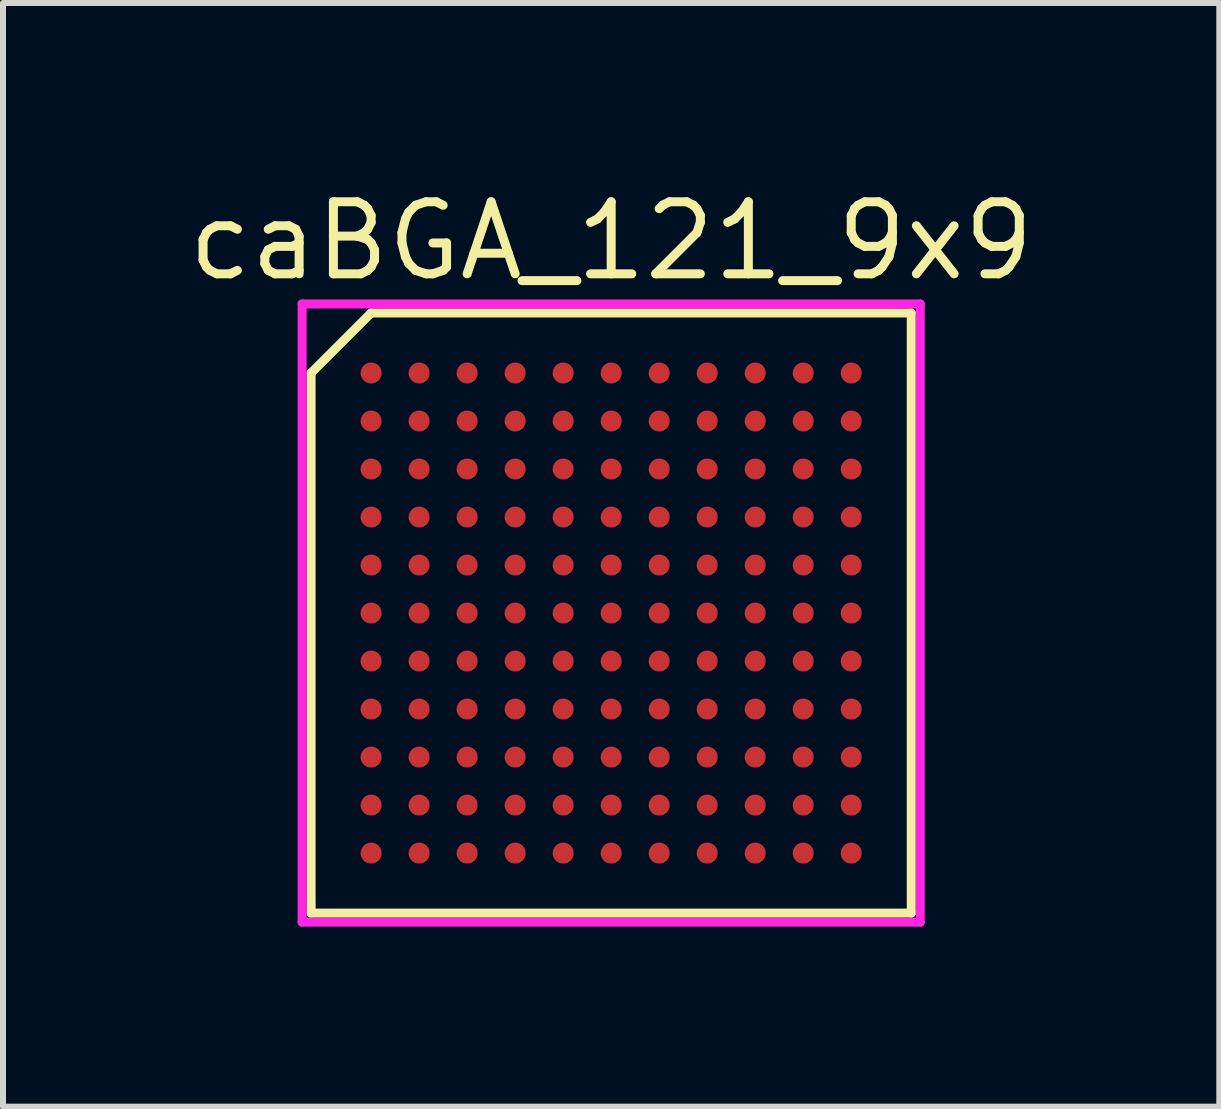
<source format=kicad_pcb>
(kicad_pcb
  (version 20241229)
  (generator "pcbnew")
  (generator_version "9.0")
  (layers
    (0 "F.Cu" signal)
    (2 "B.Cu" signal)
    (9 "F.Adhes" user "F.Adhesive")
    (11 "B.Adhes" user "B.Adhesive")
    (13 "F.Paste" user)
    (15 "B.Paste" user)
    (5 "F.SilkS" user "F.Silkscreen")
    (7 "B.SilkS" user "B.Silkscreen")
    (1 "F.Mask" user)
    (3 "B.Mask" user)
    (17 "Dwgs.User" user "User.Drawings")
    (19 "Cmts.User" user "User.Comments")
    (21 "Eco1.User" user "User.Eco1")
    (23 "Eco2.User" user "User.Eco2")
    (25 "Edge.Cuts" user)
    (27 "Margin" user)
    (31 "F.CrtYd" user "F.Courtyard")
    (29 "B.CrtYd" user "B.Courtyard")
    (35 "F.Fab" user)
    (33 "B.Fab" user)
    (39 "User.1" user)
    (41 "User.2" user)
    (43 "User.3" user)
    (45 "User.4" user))
  (footprint "caBGA_121_9x9"
    (layer "F.Cu")
    (at 7.134 7.165)
    (property "Reference" "caBGA_121_9x9" (at 0 -6.2 0) (layer "F.SilkS") (effects (font (size 1.2 1.2) (thickness 0.15))))
    (attr through_hole)
    (fp_line (start -5 -4) (end -5 5) (stroke (width 0.15) (type solid)) (layer "F.SilkS"))
    (fp_line (start -5 5) (end 5 5) (stroke (width 0.15) (type solid)) (layer "F.SilkS"))
    (fp_line (start -4 -5) (end -5 -4) (stroke (width 0.15) (type solid)) (layer "F.SilkS"))
    (fp_line (start 5 -5) (end -4 -5) (stroke (width 0.15) (type solid)) (layer "F.SilkS"))
    (fp_line (start 5 5) (end 5 -5) (stroke (width 0.15) (type solid)) (layer "F.SilkS"))
    (fp_line (start -5.15 -5.15) (end 5.15 -5.15) (stroke (width 0.15) (type solid)) (layer "F.CrtYd"))
    (fp_line (start -5.15 5.15) (end -5.15 -5.15) (stroke (width 0.15) (type solid)) (layer "F.CrtYd"))
    (fp_line (start 5.15 -5.15) (end 5.15 5.15) (stroke (width 0.15) (type solid)) (layer "F.CrtYd"))
    (fp_line (start 5.15 5.15) (end -5.15 5.15) (stroke (width 0.15) (type solid)) (layer "F.CrtYd"))
    (pad "A1" smd circle (at -4 -4) (size 0.35 0.35) (layers "F.Cu" "F.Mask" "F.Paste"))
    (pad "A2" smd circle (at -3.2 -4) (size 0.35 0.35) (layers "F.Cu" "F.Mask" "F.Paste"))
    (pad "A3" smd circle (at -2.4 -4) (size 0.35 0.35) (layers "F.Cu" "F.Mask" "F.Paste"))
    (pad "A4" smd circle (at -1.6 -4) (size 0.35 0.35) (layers "F.Cu" "F.Mask" "F.Paste"))
    (pad "A5" smd circle (at -0.8 -4) (size 0.35 0.35) (layers "F.Cu" "F.Mask" "F.Paste"))
    (pad "A6" smd circle (at 0 -4) (size 0.35 0.35) (layers "F.Cu" "F.Mask" "F.Paste"))
    (pad "A7" smd circle (at 0.8 -4) (size 0.35 0.35) (layers "F.Cu" "F.Mask" "F.Paste"))
    (pad "A8" smd circle (at 1.6 -4) (size 0.35 0.35) (layers "F.Cu" "F.Mask" "F.Paste"))
    (pad "A9" smd circle (at 2.4 -4) (size 0.35 0.35) (layers "F.Cu" "F.Mask" "F.Paste"))
    (pad "A10" smd circle (at 3.2 -4) (size 0.35 0.35) (layers "F.Cu" "F.Mask" "F.Paste"))
    (pad "A11" smd circle (at 4 -4) (size 0.35 0.35) (layers "F.Cu" "F.Mask" "F.Paste"))
    (pad "B1" smd circle (at -4 -3.2) (size 0.35 0.35) (layers "F.Cu" "F.Mask" "F.Paste"))
    (pad "B2" smd circle (at -3.2 -3.2) (size 0.35 0.35) (layers "F.Cu" "F.Mask" "F.Paste"))
    (pad "B3" smd circle (at -2.4 -3.2) (size 0.35 0.35) (layers "F.Cu" "F.Mask" "F.Paste"))
    (pad "B4" smd circle (at -1.6 -3.2) (size 0.35 0.35) (layers "F.Cu" "F.Mask" "F.Paste"))
    (pad "B5" smd circle (at -0.8 -3.2) (size 0.35 0.35) (layers "F.Cu" "F.Mask" "F.Paste"))
    (pad "B6" smd circle (at 0 -3.2) (size 0.35 0.35) (layers "F.Cu" "F.Mask" "F.Paste"))
    (pad "B7" smd circle (at 0.8 -3.2) (size 0.35 0.35) (layers "F.Cu" "F.Mask" "F.Paste"))
    (pad "B8" smd circle (at 1.6 -3.2) (size 0.35 0.35) (layers "F.Cu" "F.Mask" "F.Paste"))
    (pad "B9" smd circle (at 2.4 -3.2) (size 0.35 0.35) (layers "F.Cu" "F.Mask" "F.Paste"))
    (pad "B10" smd circle (at 3.2 -3.2) (size 0.35 0.35) (layers "F.Cu" "F.Mask" "F.Paste"))
    (pad "B11" smd circle (at 4 -3.2) (size 0.35 0.35) (layers "F.Cu" "F.Mask" "F.Paste"))
    (pad "C1" smd circle (at -4 -2.4) (size 0.35 0.35) (layers "F.Cu" "F.Mask" "F.Paste"))
    (pad "C2" smd circle (at -3.2 -2.4) (size 0.35 0.35) (layers "F.Cu" "F.Mask" "F.Paste"))
    (pad "C3" smd circle (at -2.4 -2.4) (size 0.35 0.35) (layers "F.Cu" "F.Mask" "F.Paste"))
    (pad "C4" smd circle (at -1.6 -2.4) (size 0.35 0.35) (layers "F.Cu" "F.Mask" "F.Paste"))
    (pad "C5" smd circle (at -0.8 -2.4) (size 0.35 0.35) (layers "F.Cu" "F.Mask" "F.Paste"))
    (pad "C6" smd circle (at 0 -2.4) (size 0.35 0.35) (layers "F.Cu" "F.Mask" "F.Paste"))
    (pad "C7" smd circle (at 0.8 -2.4) (size 0.35 0.35) (layers "F.Cu" "F.Mask" "F.Paste"))
    (pad "C8" smd circle (at 1.6 -2.4) (size 0.35 0.35) (layers "F.Cu" "F.Mask" "F.Paste"))
    (pad "C9" smd circle (at 2.4 -2.4) (size 0.35 0.35) (layers "F.Cu" "F.Mask" "F.Paste"))
    (pad "C10" smd circle (at 3.2 -2.4) (size 0.35 0.35) (layers "F.Cu" "F.Mask" "F.Paste"))
    (pad "C11" smd circle (at 4 -2.4) (size 0.35 0.35) (layers "F.Cu" "F.Mask" "F.Paste"))
    (pad "D1" smd circle (at -4 -1.6) (size 0.35 0.35) (layers "F.Cu" "F.Mask" "F.Paste"))
    (pad "D2" smd circle (at -3.2 -1.6) (size 0.35 0.35) (layers "F.Cu" "F.Mask" "F.Paste"))
    (pad "D3" smd circle (at -2.4 -1.6) (size 0.35 0.35) (layers "F.Cu" "F.Mask" "F.Paste"))
    (pad "D4" smd circle (at -1.6 -1.6) (size 0.35 0.35) (layers "F.Cu" "F.Mask" "F.Paste"))
    (pad "D5" smd circle (at -0.8 -1.6) (size 0.35 0.35) (layers "F.Cu" "F.Mask" "F.Paste"))
    (pad "D6" smd circle (at 0 -1.6) (size 0.35 0.35) (layers "F.Cu" "F.Mask" "F.Paste"))
    (pad "D7" smd circle (at 0.8 -1.6) (size 0.35 0.35) (layers "F.Cu" "F.Mask" "F.Paste"))
    (pad "D8" smd circle (at 1.6 -1.6) (size 0.35 0.35) (layers "F.Cu" "F.Mask" "F.Paste"))
    (pad "D9" smd circle (at 2.4 -1.6) (size 0.35 0.35) (layers "F.Cu" "F.Mask" "F.Paste"))
    (pad "D10" smd circle (at 3.2 -1.6) (size 0.35 0.35) (layers "F.Cu" "F.Mask" "F.Paste"))
    (pad "D11" smd circle (at 4 -1.6) (size 0.35 0.35) (layers "F.Cu" "F.Mask" "F.Paste"))
    (pad "E1" smd circle (at -4 -0.8) (size 0.35 0.35) (layers "F.Cu" "F.Mask" "F.Paste"))
    (pad "E2" smd circle (at -3.2 -0.8) (size 0.35 0.35) (layers "F.Cu" "F.Mask" "F.Paste"))
    (pad "E3" smd circle (at -2.4 -0.8) (size 0.35 0.35) (layers "F.Cu" "F.Mask" "F.Paste"))
    (pad "E4" smd circle (at -1.6 -0.8) (size 0.35 0.35) (layers "F.Cu" "F.Mask" "F.Paste"))
    (pad "E5" smd circle (at -0.8 -0.8) (size 0.35 0.35) (layers "F.Cu" "F.Mask" "F.Paste"))
    (pad "E6" smd circle (at 0 -0.8) (size 0.35 0.35) (layers "F.Cu" "F.Mask" "F.Paste"))
    (pad "E7" smd circle (at 0.8 -0.8) (size 0.35 0.35) (layers "F.Cu" "F.Mask" "F.Paste"))
    (pad "E8" smd circle (at 1.6 -0.8) (size 0.35 0.35) (layers "F.Cu" "F.Mask" "F.Paste"))
    (pad "E9" smd circle (at 2.4 -0.8) (size 0.35 0.35) (layers "F.Cu" "F.Mask" "F.Paste"))
    (pad "E10" smd circle (at 3.2 -0.8) (size 0.35 0.35) (layers "F.Cu" "F.Mask" "F.Paste"))
    (pad "E11" smd circle (at 4 -0.8) (size 0.35 0.35) (layers "F.Cu" "F.Mask" "F.Paste"))
    (pad "F1" smd circle (at -4 0) (size 0.35 0.35) (layers "F.Cu" "F.Mask" "F.Paste"))
    (pad "F2" smd circle (at -3.2 0) (size 0.35 0.35) (layers "F.Cu" "F.Mask" "F.Paste"))
    (pad "F3" smd circle (at -2.4 0) (size 0.35 0.35) (layers "F.Cu" "F.Mask" "F.Paste"))
    (pad "F4" smd circle (at -1.6 0) (size 0.35 0.35) (layers "F.Cu" "F.Mask" "F.Paste"))
    (pad "F5" smd circle (at -0.8 0) (size 0.35 0.35) (layers "F.Cu" "F.Mask" "F.Paste"))
    (pad "F6" smd circle (at 0 0) (size 0.35 0.35) (layers "F.Cu" "F.Mask" "F.Paste"))
    (pad "F7" smd circle (at 0.8 0) (size 0.35 0.35) (layers "F.Cu" "F.Mask" "F.Paste"))
    (pad "F8" smd circle (at 1.6 0) (size 0.35 0.35) (layers "F.Cu" "F.Mask" "F.Paste"))
    (pad "F9" smd circle (at 2.4 0) (size 0.35 0.35) (layers "F.Cu" "F.Mask" "F.Paste"))
    (pad "F10" smd circle (at 3.2 0) (size 0.35 0.35) (layers "F.Cu" "F.Mask" "F.Paste"))
    (pad "F11" smd circle (at 4 0) (size 0.35 0.35) (layers "F.Cu" "F.Mask" "F.Paste"))
    (pad "G1" smd circle (at -4 0.8) (size 0.35 0.35) (layers "F.Cu" "F.Mask" "F.Paste"))
    (pad "G2" smd circle (at -3.2 0.8) (size 0.35 0.35) (layers "F.Cu" "F.Mask" "F.Paste"))
    (pad "G3" smd circle (at -2.4 0.8) (size 0.35 0.35) (layers "F.Cu" "F.Mask" "F.Paste"))
    (pad "G4" smd circle (at -1.6 0.8) (size 0.35 0.35) (layers "F.Cu" "F.Mask" "F.Paste"))
    (pad "G5" smd circle (at -0.8 0.8) (size 0.35 0.35) (layers "F.Cu" "F.Mask" "F.Paste"))
    (pad "G6" smd circle (at 0 0.8) (size 0.35 0.35) (layers "F.Cu" "F.Mask" "F.Paste"))
    (pad "G7" smd circle (at 0.8 0.8) (size 0.35 0.35) (layers "F.Cu" "F.Mask" "F.Paste"))
    (pad "G8" smd circle (at 1.6 0.8) (size 0.35 0.35) (layers "F.Cu" "F.Mask" "F.Paste"))
    (pad "G9" smd circle (at 2.4 0.8) (size 0.35 0.35) (layers "F.Cu" "F.Mask" "F.Paste"))
    (pad "G10" smd circle (at 3.2 0.8) (size 0.35 0.35) (layers "F.Cu" "F.Mask" "F.Paste"))
    (pad "G11" smd circle (at 4 0.8) (size 0.35 0.35) (layers "F.Cu" "F.Mask" "F.Paste"))
    (pad "H1" smd circle (at -4 1.6) (size 0.35 0.35) (layers "F.Cu" "F.Mask" "F.Paste"))
    (pad "H2" smd circle (at -3.2 1.6) (size 0.35 0.35) (layers "F.Cu" "F.Mask" "F.Paste"))
    (pad "H3" smd circle (at -2.4 1.6) (size 0.35 0.35) (layers "F.Cu" "F.Mask" "F.Paste"))
    (pad "H4" smd circle (at -1.6 1.6) (size 0.35 0.35) (layers "F.Cu" "F.Mask" "F.Paste"))
    (pad "H5" smd circle (at -0.8 1.6) (size 0.35 0.35) (layers "F.Cu" "F.Mask" "F.Paste"))
    (pad "H6" smd circle (at 0 1.6) (size 0.35 0.35) (layers "F.Cu" "F.Mask" "F.Paste"))
    (pad "H7" smd circle (at 0.8 1.6) (size 0.35 0.35) (layers "F.Cu" "F.Mask" "F.Paste"))
    (pad "H8" smd circle (at 1.6 1.6) (size 0.35 0.35) (layers "F.Cu" "F.Mask" "F.Paste"))
    (pad "H9" smd circle (at 2.4 1.6) (size 0.35 0.35) (layers "F.Cu" "F.Mask" "F.Paste"))
    (pad "H10" smd circle (at 3.2 1.6) (size 0.35 0.35) (layers "F.Cu" "F.Mask" "F.Paste"))
    (pad "H11" smd circle (at 4 1.6) (size 0.35 0.35) (layers "F.Cu" "F.Mask" "F.Paste"))
    (pad "J1" smd circle (at -4 2.4) (size 0.35 0.35) (layers "F.Cu" "F.Mask" "F.Paste"))
    (pad "J2" smd circle (at -3.2 2.4) (size 0.35 0.35) (layers "F.Cu" "F.Mask" "F.Paste"))
    (pad "J3" smd circle (at -2.4 2.4) (size 0.35 0.35) (layers "F.Cu" "F.Mask" "F.Paste"))
    (pad "J4" smd circle (at -1.6 2.4) (size 0.35 0.35) (layers "F.Cu" "F.Mask" "F.Paste"))
    (pad "J5" smd circle (at -0.8 2.4) (size 0.35 0.35) (layers "F.Cu" "F.Mask" "F.Paste"))
    (pad "J6" smd circle (at 0 2.4) (size 0.35 0.35) (layers "F.Cu" "F.Mask" "F.Paste"))
    (pad "J7" smd circle (at 0.8 2.4) (size 0.35 0.35) (layers "F.Cu" "F.Mask" "F.Paste"))
    (pad "J8" smd circle (at 1.6 2.4) (size 0.35 0.35) (layers "F.Cu" "F.Mask" "F.Paste"))
    (pad "J9" smd circle (at 2.4 2.4) (size 0.35 0.35) (layers "F.Cu" "F.Mask" "F.Paste"))
    (pad "J10" smd circle (at 3.2 2.4) (size 0.35 0.35) (layers "F.Cu" "F.Mask" "F.Paste"))
    (pad "J11" smd circle (at 4 2.4) (size 0.35 0.35) (layers "F.Cu" "F.Mask" "F.Paste"))
    (pad "K1" smd circle (at -4 3.2) (size 0.35 0.35) (layers "F.Cu" "F.Mask" "F.Paste"))
    (pad "K2" smd circle (at -3.2 3.2) (size 0.35 0.35) (layers "F.Cu" "F.Mask" "F.Paste"))
    (pad "K3" smd circle (at -2.4 3.2) (size 0.35 0.35) (layers "F.Cu" "F.Mask" "F.Paste"))
    (pad "K4" smd circle (at -1.6 3.2) (size 0.35 0.35) (layers "F.Cu" "F.Mask" "F.Paste"))
    (pad "K5" smd circle (at -0.8 3.2) (size 0.35 0.35) (layers "F.Cu" "F.Mask" "F.Paste"))
    (pad "K6" smd circle (at 0 3.2) (size 0.35 0.35) (layers "F.Cu" "F.Mask" "F.Paste"))
    (pad "K7" smd circle (at 0.8 3.2) (size 0.35 0.35) (layers "F.Cu" "F.Mask" "F.Paste"))
    (pad "K8" smd circle (at 1.6 3.2) (size 0.35 0.35) (layers "F.Cu" "F.Mask" "F.Paste"))
    (pad "K9" smd circle (at 2.4 3.2) (size 0.35 0.35) (layers "F.Cu" "F.Mask" "F.Paste"))
    (pad "K10" smd circle (at 3.2 3.2) (size 0.35 0.35) (layers "F.Cu" "F.Mask" "F.Paste"))
    (pad "K11" smd circle (at 4 3.2) (size 0.35 0.35) (layers "F.Cu" "F.Mask" "F.Paste"))
    (pad "L1" smd circle (at -4 4) (size 0.35 0.35) (layers "F.Cu" "F.Mask" "F.Paste"))
    (pad "L2" smd circle (at -3.2 4) (size 0.35 0.35) (layers "F.Cu" "F.Mask" "F.Paste"))
    (pad "L3" smd circle (at -2.4 4) (size 0.35 0.35) (layers "F.Cu" "F.Mask" "F.Paste"))
    (pad "L4" smd circle (at -1.6 4) (size 0.35 0.35) (layers "F.Cu" "F.Mask" "F.Paste"))
    (pad "L5" smd circle (at -0.8 4) (size 0.35 0.35) (layers "F.Cu" "F.Mask" "F.Paste"))
    (pad "L6" smd circle (at 0 4) (size 0.35 0.35) (layers "F.Cu" "F.Mask" "F.Paste"))
    (pad "L7" smd circle (at 0.8 4) (size 0.35 0.35) (layers "F.Cu" "F.Mask" "F.Paste"))
    (pad "L8" smd circle (at 1.6 4) (size 0.35 0.35) (layers "F.Cu" "F.Mask" "F.Paste"))
    (pad "L9" smd circle (at 2.4 4) (size 0.35 0.35) (layers "F.Cu" "F.Mask" "F.Paste"))
    (pad "L10" smd circle (at 3.2 4) (size 0.35 0.35) (layers "F.Cu" "F.Mask" "F.Paste"))
    (pad "L11" smd circle (at 4 4) (size 0.35 0.35) (layers "F.Cu" "F.Mask" "F.Paste")))
  (gr_rect
    (start -3 -3)
    (end 17.267 15.39)
    (stroke (width 0.1) (type default))
    (fill no)
    (layer "Edge.Cuts")))
</source>
